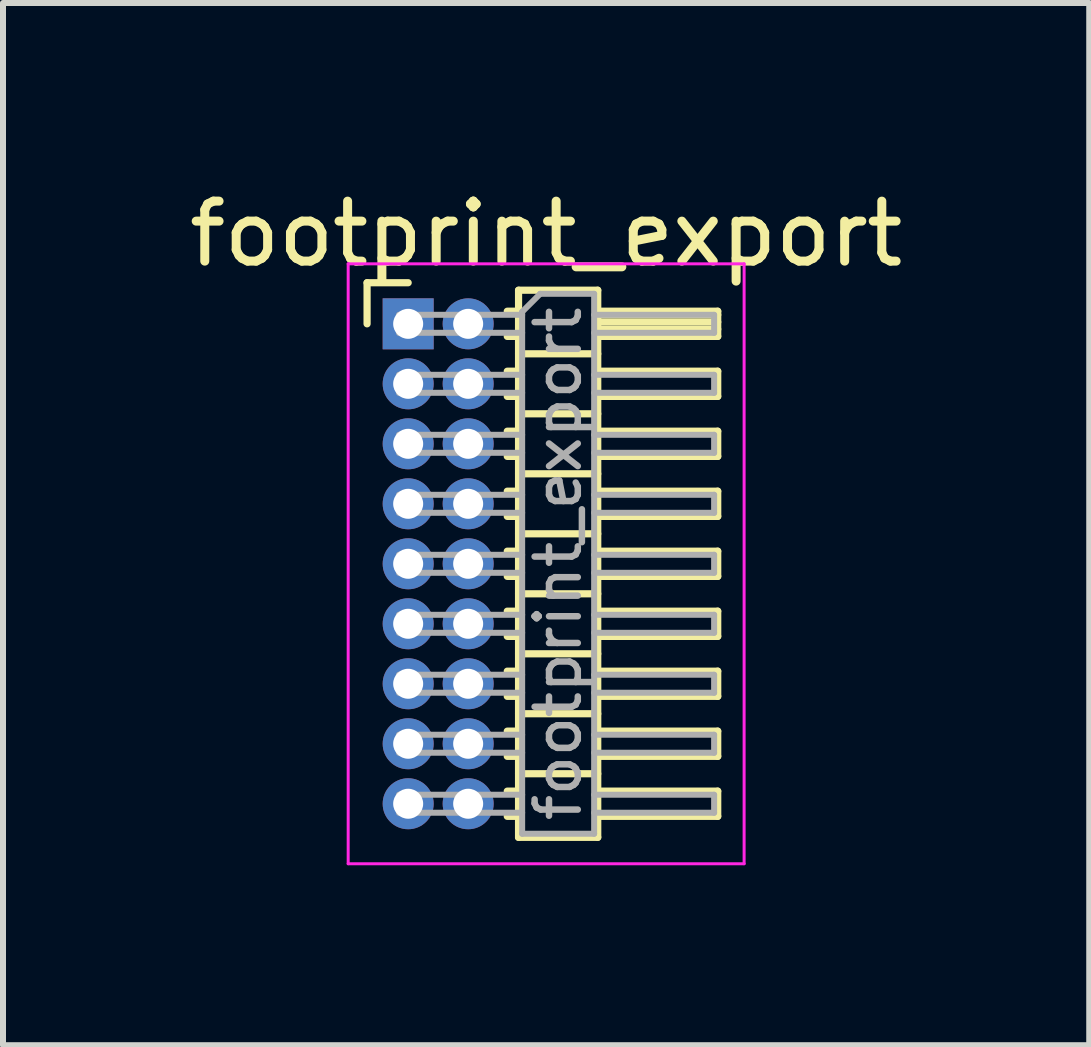
<source format=kicad_pcb>
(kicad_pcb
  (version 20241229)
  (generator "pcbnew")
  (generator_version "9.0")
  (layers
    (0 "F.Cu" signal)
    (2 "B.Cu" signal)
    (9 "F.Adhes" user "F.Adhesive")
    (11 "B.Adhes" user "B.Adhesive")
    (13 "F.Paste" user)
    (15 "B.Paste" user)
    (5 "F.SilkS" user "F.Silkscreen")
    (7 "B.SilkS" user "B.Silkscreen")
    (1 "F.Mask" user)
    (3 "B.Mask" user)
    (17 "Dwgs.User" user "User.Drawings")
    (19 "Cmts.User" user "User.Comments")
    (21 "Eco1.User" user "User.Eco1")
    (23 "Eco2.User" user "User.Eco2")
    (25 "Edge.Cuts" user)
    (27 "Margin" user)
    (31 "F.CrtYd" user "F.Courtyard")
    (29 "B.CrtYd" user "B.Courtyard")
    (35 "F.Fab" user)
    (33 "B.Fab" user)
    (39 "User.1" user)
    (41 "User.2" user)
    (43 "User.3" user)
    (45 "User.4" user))
  (footprint "footprint_export"
    (layer "F.Cu")
    (at 3.754 2.348)
    (property "Reference" "footprint_export" (at 2.3 -1.5 0) (layer "F.SilkS") (effects (font (size 1 1) (thickness 0.15))))
    (attr through_hole)
    (fp_line (start -0.685 -0.685) (end 0 -0.685) (stroke (width 0.12) (type solid)) (layer "F.SilkS"))
    (fp_line (start -0.685 0) (end -0.685 -0.685) (stroke (width 0.12) (type solid)) (layer "F.SilkS"))
    (fp_line (start 1.652 -0.21) (end 1.84 -0.21) (stroke (width 0.12) (type solid)) (layer "F.SilkS"))
    (fp_line (start 1.652 0.21) (end 1.84 0.21) (stroke (width 0.12) (type solid)) (layer "F.SilkS"))
    (fp_line (start 1.652 0.79) (end 1.84 0.79) (stroke (width 0.12) (type solid)) (layer "F.SilkS"))
    (fp_line (start 1.652 1.21) (end 1.84 1.21) (stroke (width 0.12) (type solid)) (layer "F.SilkS"))
    (fp_line (start 1.652 1.79) (end 1.84 1.79) (stroke (width 0.12) (type solid)) (layer "F.SilkS"))
    (fp_line (start 1.652 2.21) (end 1.84 2.21) (stroke (width 0.12) (type solid)) (layer "F.SilkS"))
    (fp_line (start 1.652 2.79) (end 1.84 2.79) (stroke (width 0.12) (type solid)) (layer "F.SilkS"))
    (fp_line (start 1.652 3.21) (end 1.84 3.21) (stroke (width 0.12) (type solid)) (layer "F.SilkS"))
    (fp_line (start 1.652 3.79) (end 1.84 3.79) (stroke (width 0.12) (type solid)) (layer "F.SilkS"))
    (fp_line (start 1.652 4.21) (end 1.84 4.21) (stroke (width 0.12) (type solid)) (layer "F.SilkS"))
    (fp_line (start 1.652 4.79) (end 1.84 4.79) (stroke (width 0.12) (type solid)) (layer "F.SilkS"))
    (fp_line (start 1.652 5.21) (end 1.84 5.21) (stroke (width 0.12) (type solid)) (layer "F.SilkS"))
    (fp_line (start 1.652 5.79) (end 1.84 5.79) (stroke (width 0.12) (type solid)) (layer "F.SilkS"))
    (fp_line (start 1.652 6.21) (end 1.84 6.21) (stroke (width 0.12) (type solid)) (layer "F.SilkS"))
    (fp_line (start 1.652 6.79) (end 1.84 6.79) (stroke (width 0.12) (type solid)) (layer "F.SilkS"))
    (fp_line (start 1.652 7.21) (end 1.84 7.21) (stroke (width 0.12) (type solid)) (layer "F.SilkS"))
    (fp_line (start 1.652 7.79) (end 1.84 7.79) (stroke (width 0.12) (type solid)) (layer "F.SilkS"))
    (fp_line (start 1.652 8.21) (end 1.84 8.21) (stroke (width 0.12) (type solid)) (layer "F.SilkS"))
    (fp_line (start 1.84 -0.56) (end 1.84 8.56) (stroke (width 0.12) (type solid)) (layer "F.SilkS"))
    (fp_line (start 1.84 0.5) (end 3.16 0.5) (stroke (width 0.12) (type solid)) (layer "F.SilkS"))
    (fp_line (start 1.84 1.5) (end 3.16 1.5) (stroke (width 0.12) (type solid)) (layer "F.SilkS"))
    (fp_line (start 1.84 2.5) (end 3.16 2.5) (stroke (width 0.12) (type solid)) (layer "F.SilkS"))
    (fp_line (start 1.84 3.5) (end 3.16 3.5) (stroke (width 0.12) (type solid)) (layer "F.SilkS"))
    (fp_line (start 1.84 4.5) (end 3.16 4.5) (stroke (width 0.12) (type solid)) (layer "F.SilkS"))
    (fp_line (start 1.84 5.5) (end 3.16 5.5) (stroke (width 0.12) (type solid)) (layer "F.SilkS"))
    (fp_line (start 1.84 6.5) (end 3.16 6.5) (stroke (width 0.12) (type solid)) (layer "F.SilkS"))
    (fp_line (start 1.84 7.5) (end 3.16 7.5) (stroke (width 0.12) (type solid)) (layer "F.SilkS"))
    (fp_line (start 1.84 8.56) (end 3.16 8.56) (stroke (width 0.12) (type solid)) (layer "F.SilkS"))
    (fp_line (start 3.16 -0.56) (end 1.84 -0.56) (stroke (width 0.12) (type solid)) (layer "F.SilkS"))
    (fp_line (start 3.16 -0.21) (end 5.16 -0.21) (stroke (width 0.12) (type solid)) (layer "F.SilkS"))
    (fp_line (start 3.16 -0.15) (end 5.16 -0.15) (stroke (width 0.12) (type solid)) (layer "F.SilkS"))
    (fp_line (start 3.16 -0.03) (end 5.16 -0.03) (stroke (width 0.12) (type solid)) (layer "F.SilkS"))
    (fp_line (start 3.16 0.09) (end 5.16 0.09) (stroke (width 0.12) (type solid)) (layer "F.SilkS"))
    (fp_line (start 3.16 0.79) (end 5.16 0.79) (stroke (width 0.12) (type solid)) (layer "F.SilkS"))
    (fp_line (start 3.16 1.79) (end 5.16 1.79) (stroke (width 0.12) (type solid)) (layer "F.SilkS"))
    (fp_line (start 3.16 2.79) (end 5.16 2.79) (stroke (width 0.12) (type solid)) (layer "F.SilkS"))
    (fp_line (start 3.16 3.79) (end 5.16 3.79) (stroke (width 0.12) (type solid)) (layer "F.SilkS"))
    (fp_line (start 3.16 4.79) (end 5.16 4.79) (stroke (width 0.12) (type solid)) (layer "F.SilkS"))
    (fp_line (start 3.16 5.79) (end 5.16 5.79) (stroke (width 0.12) (type solid)) (layer "F.SilkS"))
    (fp_line (start 3.16 6.79) (end 5.16 6.79) (stroke (width 0.12) (type solid)) (layer "F.SilkS"))
    (fp_line (start 3.16 7.79) (end 5.16 7.79) (stroke (width 0.12) (type solid)) (layer "F.SilkS"))
    (fp_line (start 3.16 8.56) (end 3.16 -0.56) (stroke (width 0.12) (type solid)) (layer "F.SilkS"))
    (fp_line (start 5.16 -0.21) (end 5.16 0.21) (stroke (width 0.12) (type solid)) (layer "F.SilkS"))
    (fp_line (start 5.16 0.21) (end 3.16 0.21) (stroke (width 0.12) (type solid)) (layer "F.SilkS"))
    (fp_line (start 5.16 0.79) (end 5.16 1.21) (stroke (width 0.12) (type solid)) (layer "F.SilkS"))
    (fp_line (start 5.16 1.21) (end 3.16 1.21) (stroke (width 0.12) (type solid)) (layer "F.SilkS"))
    (fp_line (start 5.16 1.79) (end 5.16 2.21) (stroke (width 0.12) (type solid)) (layer "F.SilkS"))
    (fp_line (start 5.16 2.21) (end 3.16 2.21) (stroke (width 0.12) (type solid)) (layer "F.SilkS"))
    (fp_line (start 5.16 2.79) (end 5.16 3.21) (stroke (width 0.12) (type solid)) (layer "F.SilkS"))
    (fp_line (start 5.16 3.21) (end 3.16 3.21) (stroke (width 0.12) (type solid)) (layer "F.SilkS"))
    (fp_line (start 5.16 3.79) (end 5.16 4.21) (stroke (width 0.12) (type solid)) (layer "F.SilkS"))
    (fp_line (start 5.16 4.21) (end 3.16 4.21) (stroke (width 0.12) (type solid)) (layer "F.SilkS"))
    (fp_line (start 5.16 4.79) (end 5.16 5.21) (stroke (width 0.12) (type solid)) (layer "F.SilkS"))
    (fp_line (start 5.16 5.21) (end 3.16 5.21) (stroke (width 0.12) (type solid)) (layer "F.SilkS"))
    (fp_line (start 5.16 5.79) (end 5.16 6.21) (stroke (width 0.12) (type solid)) (layer "F.SilkS"))
    (fp_line (start 5.16 6.21) (end 3.16 6.21) (stroke (width 0.12) (type solid)) (layer "F.SilkS"))
    (fp_line (start 5.16 6.79) (end 5.16 7.21) (stroke (width 0.12) (type solid)) (layer "F.SilkS"))
    (fp_line (start 5.16 7.21) (end 3.16 7.21) (stroke (width 0.12) (type solid)) (layer "F.SilkS"))
    (fp_line (start 5.16 7.79) (end 5.16 8.21) (stroke (width 0.12) (type solid)) (layer "F.SilkS"))
    (fp_line (start 5.16 8.21) (end 3.16 8.21) (stroke (width 0.12) (type solid)) (layer "F.SilkS"))
    (fp_line (start -1 -1) (end -1 9) (stroke (width 0.05) (type solid)) (layer "F.CrtYd"))
    (fp_line (start -1 9) (end 5.6 9) (stroke (width 0.05) (type solid)) (layer "F.CrtYd"))
    (fp_line (start 5.6 -1) (end -1 -1) (stroke (width 0.05) (type solid)) (layer "F.CrtYd"))
    (fp_line (start 5.6 9) (end 5.6 -1) (stroke (width 0.05) (type solid)) (layer "F.CrtYd"))
    (fp_line (start -0.15 -0.15) (end -0.15 0.15) (stroke (width 0.1) (type solid)) (layer "F.Fab"))
    (fp_line (start -0.15 -0.15) (end 1.9 -0.15) (stroke (width 0.1) (type solid)) (layer "F.Fab"))
    (fp_line (start -0.15 0.15) (end 1.9 0.15) (stroke (width 0.1) (type solid)) (layer "F.Fab"))
    (fp_line (start -0.15 0.85) (end -0.15 1.15) (stroke (width 0.1) (type solid)) (layer "F.Fab"))
    (fp_line (start -0.15 0.85) (end 1.9 0.85) (stroke (width 0.1) (type solid)) (layer "F.Fab"))
    (fp_line (start -0.15 1.15) (end 1.9 1.15) (stroke (width 0.1) (type solid)) (layer "F.Fab"))
    (fp_line (start -0.15 1.85) (end -0.15 2.15) (stroke (width 0.1) (type solid)) (layer "F.Fab"))
    (fp_line (start -0.15 1.85) (end 1.9 1.85) (stroke (width 0.1) (type solid)) (layer "F.Fab"))
    (fp_line (start -0.15 2.15) (end 1.9 2.15) (stroke (width 0.1) (type solid)) (layer "F.Fab"))
    (fp_line (start -0.15 2.85) (end -0.15 3.15) (stroke (width 0.1) (type solid)) (layer "F.Fab"))
    (fp_line (start -0.15 2.85) (end 1.9 2.85) (stroke (width 0.1) (type solid)) (layer "F.Fab"))
    (fp_line (start -0.15 3.15) (end 1.9 3.15) (stroke (width 0.1) (type solid)) (layer "F.Fab"))
    (fp_line (start -0.15 3.85) (end -0.15 4.15) (stroke (width 0.1) (type solid)) (layer "F.Fab"))
    (fp_line (start -0.15 3.85) (end 1.9 3.85) (stroke (width 0.1) (type solid)) (layer "F.Fab"))
    (fp_line (start -0.15 4.15) (end 1.9 4.15) (stroke (width 0.1) (type solid)) (layer "F.Fab"))
    (fp_line (start -0.15 4.85) (end -0.15 5.15) (stroke (width 0.1) (type solid)) (layer "F.Fab"))
    (fp_line (start -0.15 4.85) (end 1.9 4.85) (stroke (width 0.1) (type solid)) (layer "F.Fab"))
    (fp_line (start -0.15 5.15) (end 1.9 5.15) (stroke (width 0.1) (type solid)) (layer "F.Fab"))
    (fp_line (start -0.15 5.85) (end -0.15 6.15) (stroke (width 0.1) (type solid)) (layer "F.Fab"))
    (fp_line (start -0.15 5.85) (end 1.9 5.85) (stroke (width 0.1) (type solid)) (layer "F.Fab"))
    (fp_line (start -0.15 6.15) (end 1.9 6.15) (stroke (width 0.1) (type solid)) (layer "F.Fab"))
    (fp_line (start -0.15 6.85) (end -0.15 7.15) (stroke (width 0.1) (type solid)) (layer "F.Fab"))
    (fp_line (start -0.15 6.85) (end 1.9 6.85) (stroke (width 0.1) (type solid)) (layer "F.Fab"))
    (fp_line (start -0.15 7.15) (end 1.9 7.15) (stroke (width 0.1) (type solid)) (layer "F.Fab"))
    (fp_line (start -0.15 7.85) (end -0.15 8.15) (stroke (width 0.1) (type solid)) (layer "F.Fab"))
    (fp_line (start -0.15 7.85) (end 1.9 7.85) (stroke (width 0.1) (type solid)) (layer "F.Fab"))
    (fp_line (start -0.15 8.15) (end 1.9 8.15) (stroke (width 0.1) (type solid)) (layer "F.Fab"))
    (fp_line (start 1.9 -0.2) (end 2.2 -0.5) (stroke (width 0.1) (type solid)) (layer "F.Fab"))
    (fp_line (start 1.9 8.5) (end 1.9 -0.2) (stroke (width 0.1) (type solid)) (layer "F.Fab"))
    (fp_line (start 2.2 -0.5) (end 3.1 -0.5) (stroke (width 0.1) (type solid)) (layer "F.Fab"))
    (fp_line (start 3.1 -0.5) (end 3.1 8.5) (stroke (width 0.1) (type solid)) (layer "F.Fab"))
    (fp_line (start 3.1 -0.15) (end 5.1 -0.15) (stroke (width 0.1) (type solid)) (layer "F.Fab"))
    (fp_line (start 3.1 0.15) (end 5.1 0.15) (stroke (width 0.1) (type solid)) (layer "F.Fab"))
    (fp_line (start 3.1 0.85) (end 5.1 0.85) (stroke (width 0.1) (type solid)) (layer "F.Fab"))
    (fp_line (start 3.1 1.15) (end 5.1 1.15) (stroke (width 0.1) (type solid)) (layer "F.Fab"))
    (fp_line (start 3.1 1.85) (end 5.1 1.85) (stroke (width 0.1) (type solid)) (layer "F.Fab"))
    (fp_line (start 3.1 2.15) (end 5.1 2.15) (stroke (width 0.1) (type solid)) (layer "F.Fab"))
    (fp_line (start 3.1 2.85) (end 5.1 2.85) (stroke (width 0.1) (type solid)) (layer "F.Fab"))
    (fp_line (start 3.1 3.15) (end 5.1 3.15) (stroke (width 0.1) (type solid)) (layer "F.Fab"))
    (fp_line (start 3.1 3.85) (end 5.1 3.85) (stroke (width 0.1) (type solid)) (layer "F.Fab"))
    (fp_line (start 3.1 4.15) (end 5.1 4.15) (stroke (width 0.1) (type solid)) (layer "F.Fab"))
    (fp_line (start 3.1 4.85) (end 5.1 4.85) (stroke (width 0.1) (type solid)) (layer "F.Fab"))
    (fp_line (start 3.1 5.15) (end 5.1 5.15) (stroke (width 0.1) (type solid)) (layer "F.Fab"))
    (fp_line (start 3.1 5.85) (end 5.1 5.85) (stroke (width 0.1) (type solid)) (layer "F.Fab"))
    (fp_line (start 3.1 6.15) (end 5.1 6.15) (stroke (width 0.1) (type solid)) (layer "F.Fab"))
    (fp_line (start 3.1 6.85) (end 5.1 6.85) (stroke (width 0.1) (type solid)) (layer "F.Fab"))
    (fp_line (start 3.1 7.15) (end 5.1 7.15) (stroke (width 0.1) (type solid)) (layer "F.Fab"))
    (fp_line (start 3.1 7.85) (end 5.1 7.85) (stroke (width 0.1) (type solid)) (layer "F.Fab"))
    (fp_line (start 3.1 8.15) (end 5.1 8.15) (stroke (width 0.1) (type solid)) (layer "F.Fab"))
    (fp_line (start 3.1 8.5) (end 1.9 8.5) (stroke (width 0.1) (type solid)) (layer "F.Fab"))
    (fp_line (start 5.1 -0.15) (end 5.1 0.15) (stroke (width 0.1) (type solid)) (layer "F.Fab"))
    (fp_line (start 5.1 0.85) (end 5.1 1.15) (stroke (width 0.1) (type solid)) (layer "F.Fab"))
    (fp_line (start 5.1 1.85) (end 5.1 2.15) (stroke (width 0.1) (type solid)) (layer "F.Fab"))
    (fp_line (start 5.1 2.85) (end 5.1 3.15) (stroke (width 0.1) (type solid)) (layer "F.Fab"))
    (fp_line (start 5.1 3.85) (end 5.1 4.15) (stroke (width 0.1) (type solid)) (layer "F.Fab"))
    (fp_line (start 5.1 4.85) (end 5.1 5.15) (stroke (width 0.1) (type solid)) (layer "F.Fab"))
    (fp_line (start 5.1 5.85) (end 5.1 6.15) (stroke (width 0.1) (type solid)) (layer "F.Fab"))
    (fp_line (start 5.1 6.85) (end 5.1 7.15) (stroke (width 0.1) (type solid)) (layer "F.Fab"))
    (fp_line (start 5.1 7.85) (end 5.1 8.15) (stroke (width 0.1) (type solid)) (layer "F.Fab"))
    (fp_text user "${REFERENCE}" (at 2.5 4 90) (layer "F.Fab") (effects (font (size 0.72 0.72) (thickness 0.108))))
    (pad "1" thru_hole rect (at 0 0) (size 0.85 0.85) (drill 0.5) (layers "*.Cu" "*.Mask"))
    (pad "2" thru_hole oval (at 1 0) (size 0.85 0.85) (drill 0.5) (layers "*.Cu" "*.Mask"))
    (pad "3" thru_hole oval (at 0 1) (size 0.85 0.85) (drill 0.5) (layers "*.Cu" "*.Mask"))
    (pad "4" thru_hole oval (at 1 1) (size 0.85 0.85) (drill 0.5) (layers "*.Cu" "*.Mask"))
    (pad "5" thru_hole oval (at 0 2) (size 0.85 0.85) (drill 0.5) (layers "*.Cu" "*.Mask"))
    (pad "6" thru_hole oval (at 1 2) (size 0.85 0.85) (drill 0.5) (layers "*.Cu" "*.Mask"))
    (pad "7" thru_hole oval (at 0 3) (size 0.85 0.85) (drill 0.5) (layers "*.Cu" "*.Mask"))
    (pad "8" thru_hole oval (at 1 3) (size 0.85 0.85) (drill 0.5) (layers "*.Cu" "*.Mask"))
    (pad "9" thru_hole oval (at 0 4) (size 0.85 0.85) (drill 0.5) (layers "*.Cu" "*.Mask"))
    (pad "10" thru_hole oval (at 1 4) (size 0.85 0.85) (drill 0.5) (layers "*.Cu" "*.Mask"))
    (pad "11" thru_hole oval (at 0 5) (size 0.85 0.85) (drill 0.5) (layers "*.Cu" "*.Mask"))
    (pad "12" thru_hole oval (at 1 5) (size 0.85 0.85) (drill 0.5) (layers "*.Cu" "*.Mask"))
    (pad "13" thru_hole oval (at 0 6) (size 0.85 0.85) (drill 0.5) (layers "*.Cu" "*.Mask"))
    (pad "14" thru_hole oval (at 1 6) (size 0.85 0.85) (drill 0.5) (layers "*.Cu" "*.Mask"))
    (pad "15" thru_hole oval (at 0 7) (size 0.85 0.85) (drill 0.5) (layers "*.Cu" "*.Mask"))
    (pad "16" thru_hole oval (at 1 7) (size 0.85 0.85) (drill 0.5) (layers "*.Cu" "*.Mask"))
    (pad "17" thru_hole oval (at 0 8) (size 0.85 0.85) (drill 0.5) (layers "*.Cu" "*.Mask"))
    (pad "18" thru_hole oval (at 1 8) (size 0.85 0.85) (drill 0.5) (layers "*.Cu" "*.Mask")))
  (gr_rect
    (start -3 -3)
    (end 15.107 14.373)
    (stroke (width 0.1) (type default))
    (fill no)
    (layer "Edge.Cuts")))
</source>
